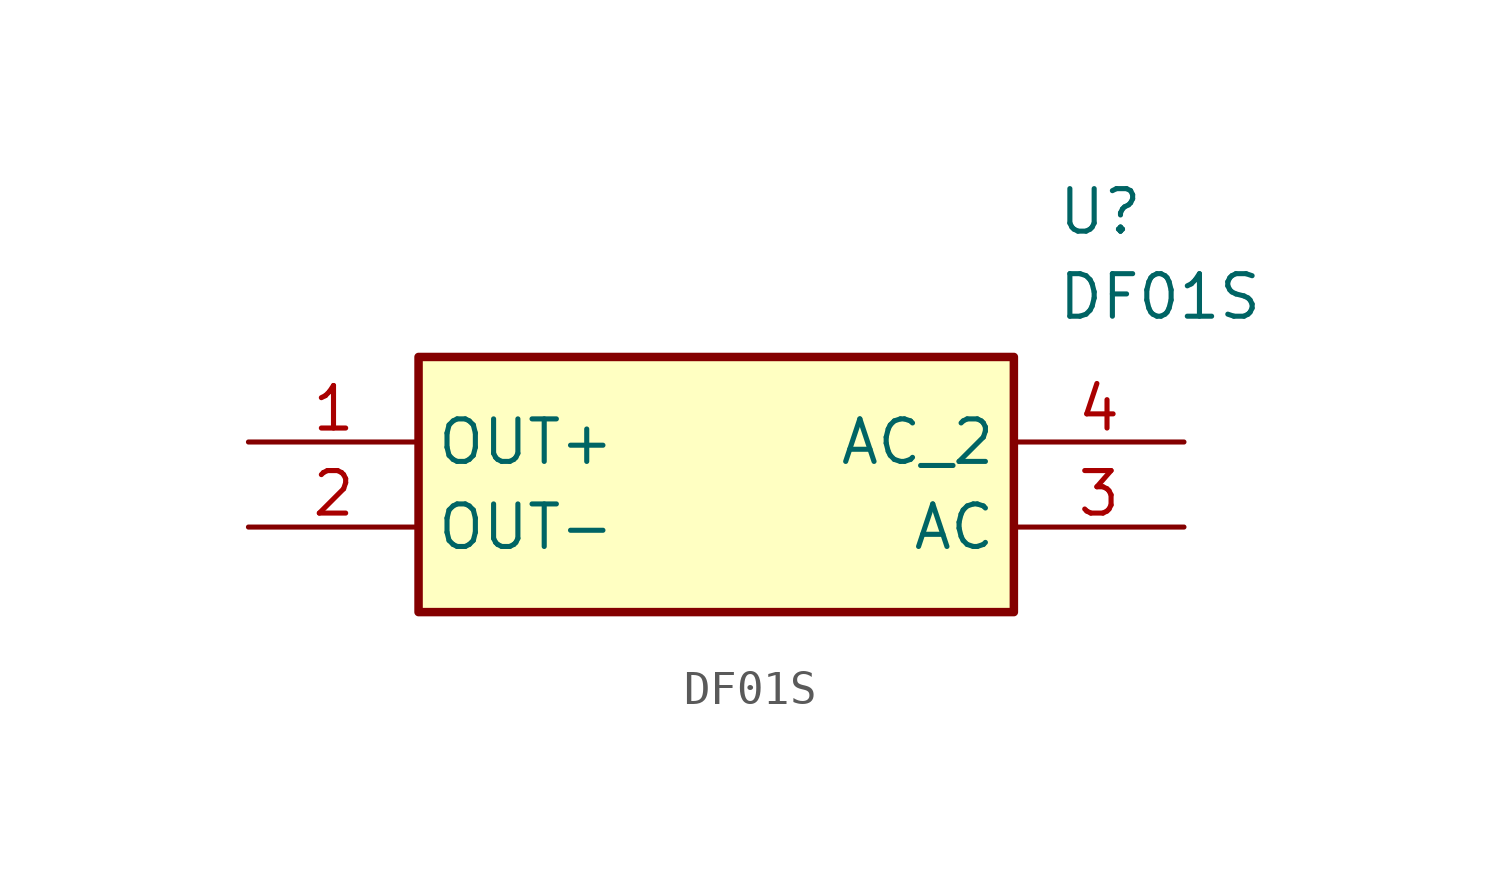
<source format=kicad_sym>
(kicad_symbol_lib
  (version 20211014)
  (generator SamacSys_ECAD_Model)
  (symbol "DF01S"
    (property "Reference" "U"
      (at 24.13 7.62 0)
      (effects (font (size 1.27 1.27)) (justify left top)))
    (property "Value" "DF01S"
      (at 24.13 5.08 0)
      (effects (font (size 1.27 1.27)) (justify left top)))
    (rectangle
      (start 5.08 2.54)
      (end 22.86 -5.08)
      (stroke (width 0.254) (type default))
      (fill (type background)))
    (pin passive line
      (at 0 0 0)
      (length 5.08)
      (name "OUT+" (effects (font (size 1.27 1.27))))
      (number "1" (effects (font (size 1.27 1.27)))))
    (pin passive line
      (at 0 -2.54 0)
      (length 5.08)
      (name "OUT-" (effects (font (size 1.27 1.27))))
      (number "2" (effects (font (size 1.27 1.27)))))
    (pin passive line
      (at 27.94 -2.54 180)
      (length 5.08)
      (name "AC" (effects (font (size 1.27 1.27))))
      (number "3" (effects (font (size 1.27 1.27)))))
    (pin passive line
      (at 27.94 0 180)
      (length 5.08)
      (name "AC_2" (effects (font (size 1.27 1.27))))
      (number "4" (effects (font (size 1.27 1.27)))))))
</source>
